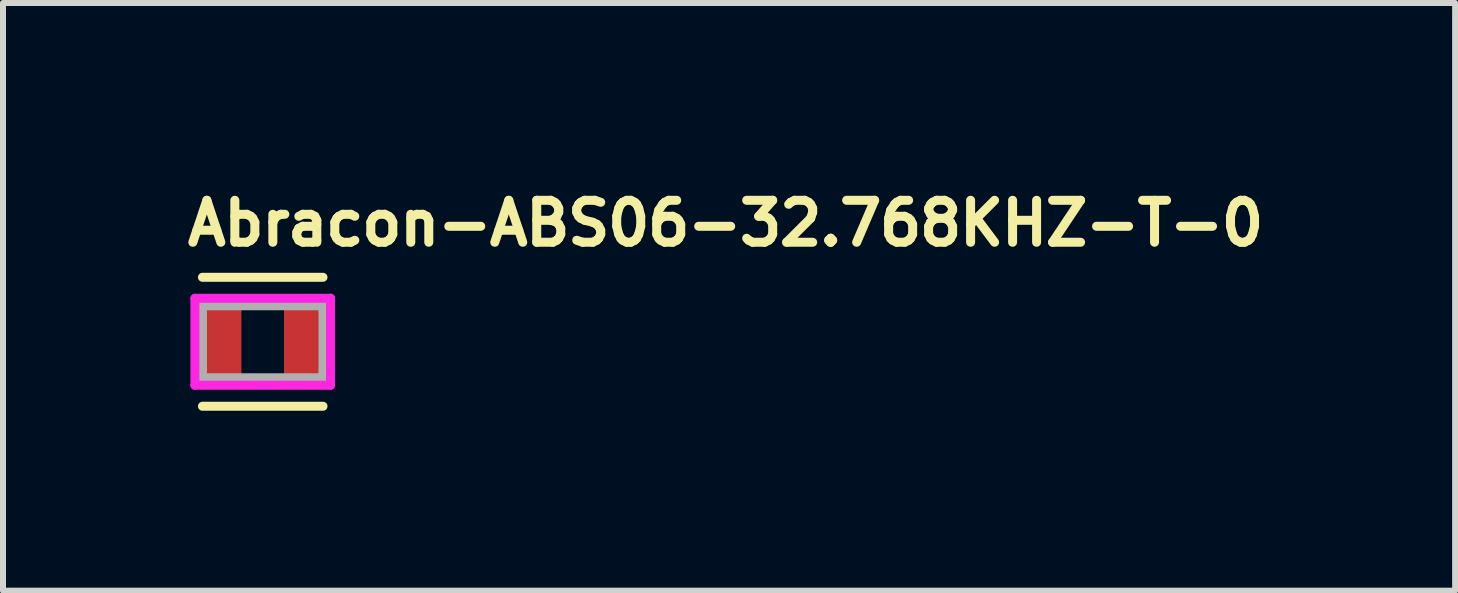
<source format=kicad_pcb>
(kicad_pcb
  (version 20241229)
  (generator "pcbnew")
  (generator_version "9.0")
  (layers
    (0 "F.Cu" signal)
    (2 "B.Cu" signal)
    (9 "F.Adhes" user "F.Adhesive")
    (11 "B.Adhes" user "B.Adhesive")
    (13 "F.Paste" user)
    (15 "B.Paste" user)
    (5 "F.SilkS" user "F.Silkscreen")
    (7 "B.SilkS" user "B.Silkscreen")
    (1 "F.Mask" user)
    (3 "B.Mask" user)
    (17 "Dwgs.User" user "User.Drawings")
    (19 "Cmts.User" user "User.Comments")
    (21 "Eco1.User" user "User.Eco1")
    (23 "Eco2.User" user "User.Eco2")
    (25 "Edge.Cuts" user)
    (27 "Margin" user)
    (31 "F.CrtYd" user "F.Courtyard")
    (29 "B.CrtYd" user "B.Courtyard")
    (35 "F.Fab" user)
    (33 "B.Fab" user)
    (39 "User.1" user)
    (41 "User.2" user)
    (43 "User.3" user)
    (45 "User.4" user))
  (footprint "Abracon-ABS06-32.768KHZ-T-0"
    (layer "F.Cu")
    (at 1.33 2.648)
    (property "Reference" "Abracon-ABS06-32.768KHZ-T-0" (at -1.33 -1.975 0) (layer "F.SilkS") (effects (font (size 0.7 0.7) (thickness 0.15)) (justify left)))
    (attr through_hole)
    (fp_line (start 1.005 -1.075) (end -1.005 -1.075) (stroke (width 0.15) (type solid)) (layer "F.SilkS"))
    (fp_line (start 1.005 1.075) (end -1.005 1.075) (stroke (width 0.15) (type solid)) (layer "F.SilkS"))
    (fp_line (start -1.13 -0.725) (end -1.13 0.725) (stroke (width 0.15) (type solid)) (layer "F.CrtYd"))
    (fp_line (start -1.13 0.725) (end 1.13 0.725) (stroke (width 0.15) (type solid)) (layer "F.CrtYd"))
    (fp_line (start 1.13 -0.725) (end -1.13 -0.725) (stroke (width 0.15) (type solid)) (layer "F.CrtYd"))
    (fp_line (start 1.13 -0.725) (end 1.13 -0.725) (stroke (width 0.15) (type solid)) (layer "F.CrtYd"))
    (fp_line (start 1.13 0.725) (end 1.13 -0.725) (stroke (width 0.15) (type solid)) (layer "F.CrtYd"))
    (fp_line (start -1.005 -0.6) (end 1.005 -0.6) (stroke (width 0.15) (type solid)) (layer "F.Fab"))
    (fp_line (start -1.005 0.6) (end -1.005 -0.6) (stroke (width 0.15) (type solid)) (layer "F.Fab"))
    (fp_line (start 1.005 -0.6) (end 1.005 0.6) (stroke (width 0.15) (type solid)) (layer "F.Fab"))
    (fp_line (start 1.005 0.6) (end -1.005 0.6) (stroke (width 0.15) (type solid)) (layer "F.Fab"))
    (pad "1" smd rect (at -0.73 0) (size 0.75 1.4) (layers "F.Cu" "F.Mask" "F.Paste"))
    (pad "2" smd rect (at 0.73 0) (size 0.75 1.4) (layers "F.Cu" "F.Mask" "F.Paste")))
  (gr_rect
    (start -3 -3)
    (end 21.21 6.798)
    (stroke (width 0.1) (type default))
    (fill no)
    (layer "Edge.Cuts")))
</source>
